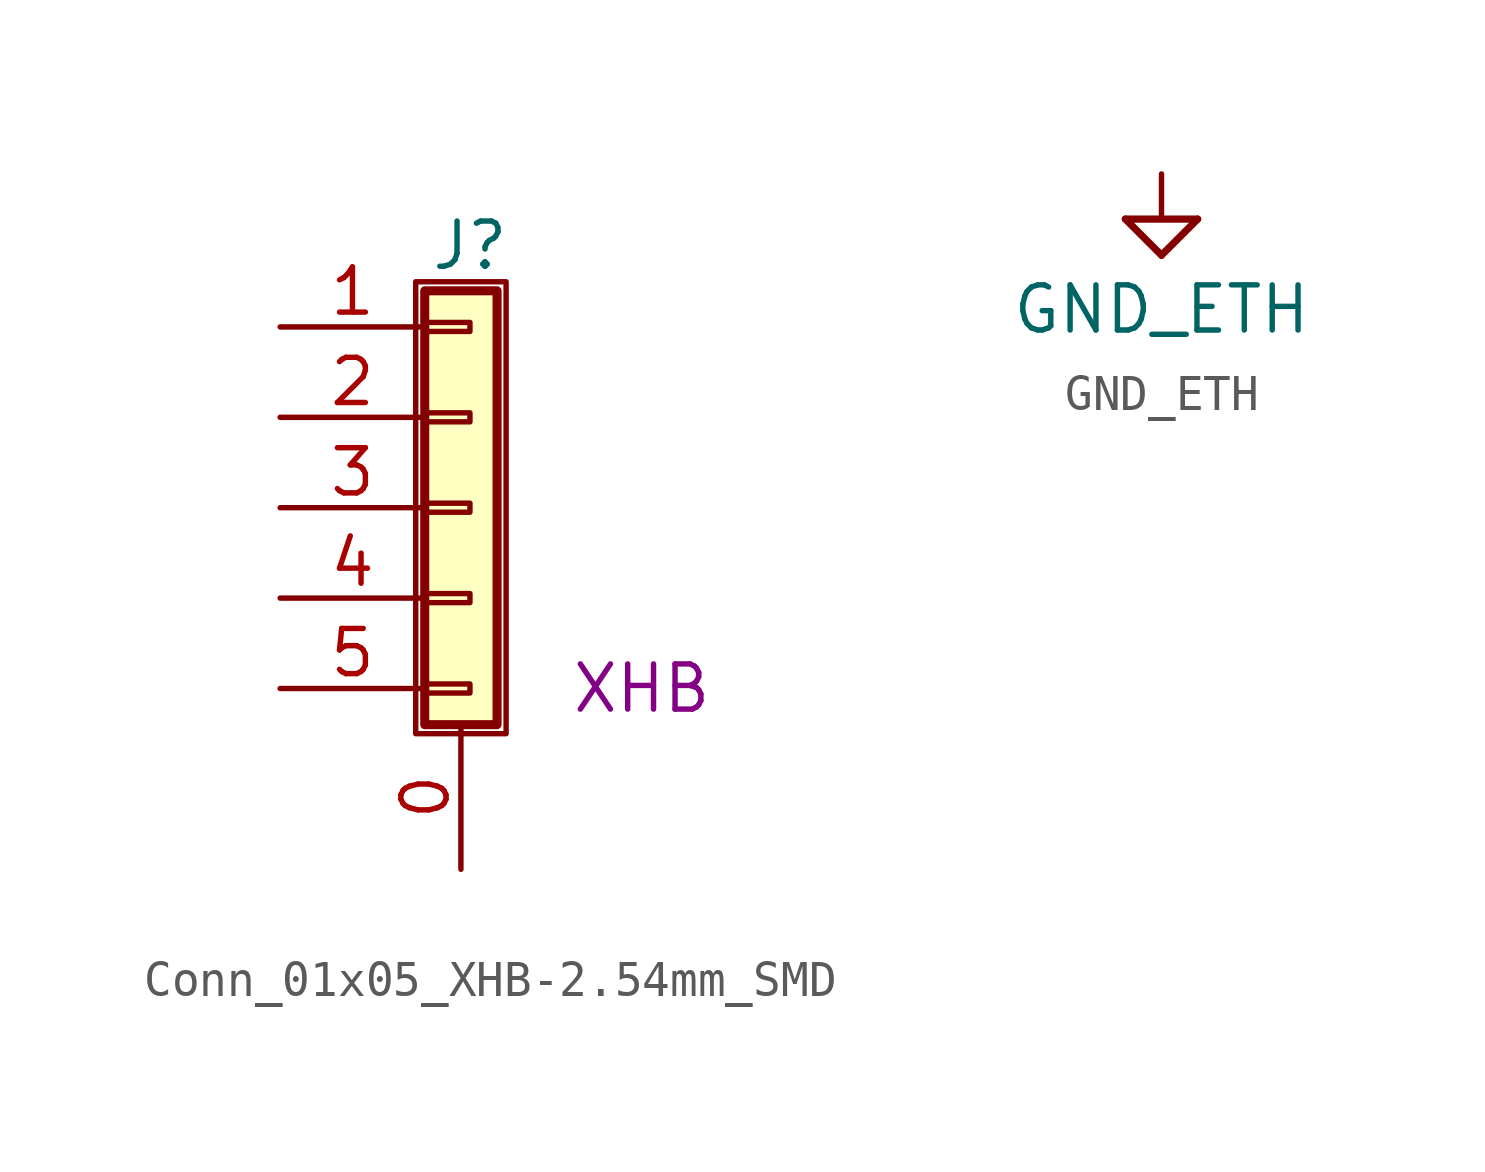
<source format=kicad_sym>
(kicad_symbol_lib
  (version 20211014)
  (generator kicad_symbol_editor)
  (symbol "Conn_01x05_XHB-2.54mm_SMD"
    (pin_names
      (offset 1.016) hide)
    (property "Reference" "J"
      (at 0.254 7.366 0)
      (effects (font (size 1.27 1.27))))
    (property "Symbol" "XHB"
      (at 5.08 -5.08 0)
      (effects (font (size 1.27 1.27))))
    (symbol "Conn_01x05_XHB-2.54mm_SMD_1_1"
      (rectangle (start -1.27 6.35) (end 1.27 -6.35) (stroke (width 0.152) (type default) (color 0 0 0 0)) (fill (type none)))
      (rectangle (start -1.016 -4.953) (end 0.254 -5.207) (stroke (width 0.152) (type default) (color 0 0 0 0)) (fill (type none)))
      (rectangle (start -1.016 -2.413) (end 0.254 -2.667) (stroke (width 0.152) (type default) (color 0 0 0 0)) (fill (type none)))
      (rectangle (start -1.016 0.127) (end 0.254 -0.127) (stroke (width 0.152) (type default) (color 0 0 0 0)) (fill (type none)))
      (rectangle (start -1.016 2.667) (end 0.254 2.413) (stroke (width 0.152) (type default) (color 0 0 0 0)) (fill (type none)))
      (rectangle (start -1.016 5.207) (end 0.254 4.953) (stroke (width 0.152) (type default) (color 0 0 0 0)) (fill (type none)))
      (rectangle (start -1.016 6.096) (end 1.016 -6.096) (stroke (width 0.254) (type default) (color 0 0 0 0)) (fill (type background)))
      (pin passive line (at 0 -10.16 90) (length 4.064) (name "Pin_0" (effects (font (size 1.27 1.27)))) (number "0" (effects (font (size 1.27 1.27)))))
      (pin passive line (at -5.08 5.08 0) (length 4.064) (name "Pin_1" (effects (font (size 1.27 1.27)))) (number "1" (effects (font (size 1.27 1.27)))))
      (pin passive line (at -5.08 2.54 0) (length 4.064) (name "Pin_2" (effects (font (size 1.27 1.27)))) (number "2" (effects (font (size 1.27 1.27)))))
      (pin passive line (at -5.08 0 0) (length 4.064) (name "Pin_3" (effects (font (size 1.27 1.27)))) (number "3" (effects (font (size 1.27 1.27)))))
      (pin passive line (at -5.08 -2.54 0) (length 4.064) (name "Pin_4" (effects (font (size 1.27 1.27)))) (number "4" (effects (font (size 1.27 1.27)))))
      (pin passive line (at -5.08 -5.08 0) (length 4.064) (name "Pin_5" (effects (font (size 1.27 1.27)))) (number "5" (effects (font (size 1.27 1.27)))))))
  (symbol "GND_ETH"
    (power)
    (property "Reference" "#PWR?"
      (at 0 1.27 0)
      (effects (font (size 1.27 1.27)) hide))
    (property "Value" "GND_ETH"
      (at 0 -3.81 0)
      (effects (font (size 1.27 1.27))))
    (symbol "GND_ETH_0_1"
      (polyline (pts (xy -1.016 -1.27) (xy 0 -2.286)) (stroke (width 0.203) (type default) (color 0 0 0 0)) (fill (type none)))
      (polyline (pts (xy 0 -2.286) (xy 1.016 -1.27)) (stroke (width 0.203) (type default) (color 0 0 0 0)) (fill (type none)))
      (polyline (pts (xy 0 -1.27) (xy 0 0)) (stroke (width 0) (type default) (color 0 0 0 0)) (fill (type none)))
      (polyline (pts (xy 1.016 -1.27) (xy -1.016 -1.27) (xy -1.016 -1.27)) (stroke (width 0.203) (type default) (color 0 0 0 0)) (fill (type none))))
    (symbol "GND_ETH_1_1"
      (pin power_in line (at 0 0 270) (length 0) hide (name "GND_ETH" (effects (font (size 1.27 1.27)))) (number "1" (effects (font (size 1.27 1.27))))))))
</source>
